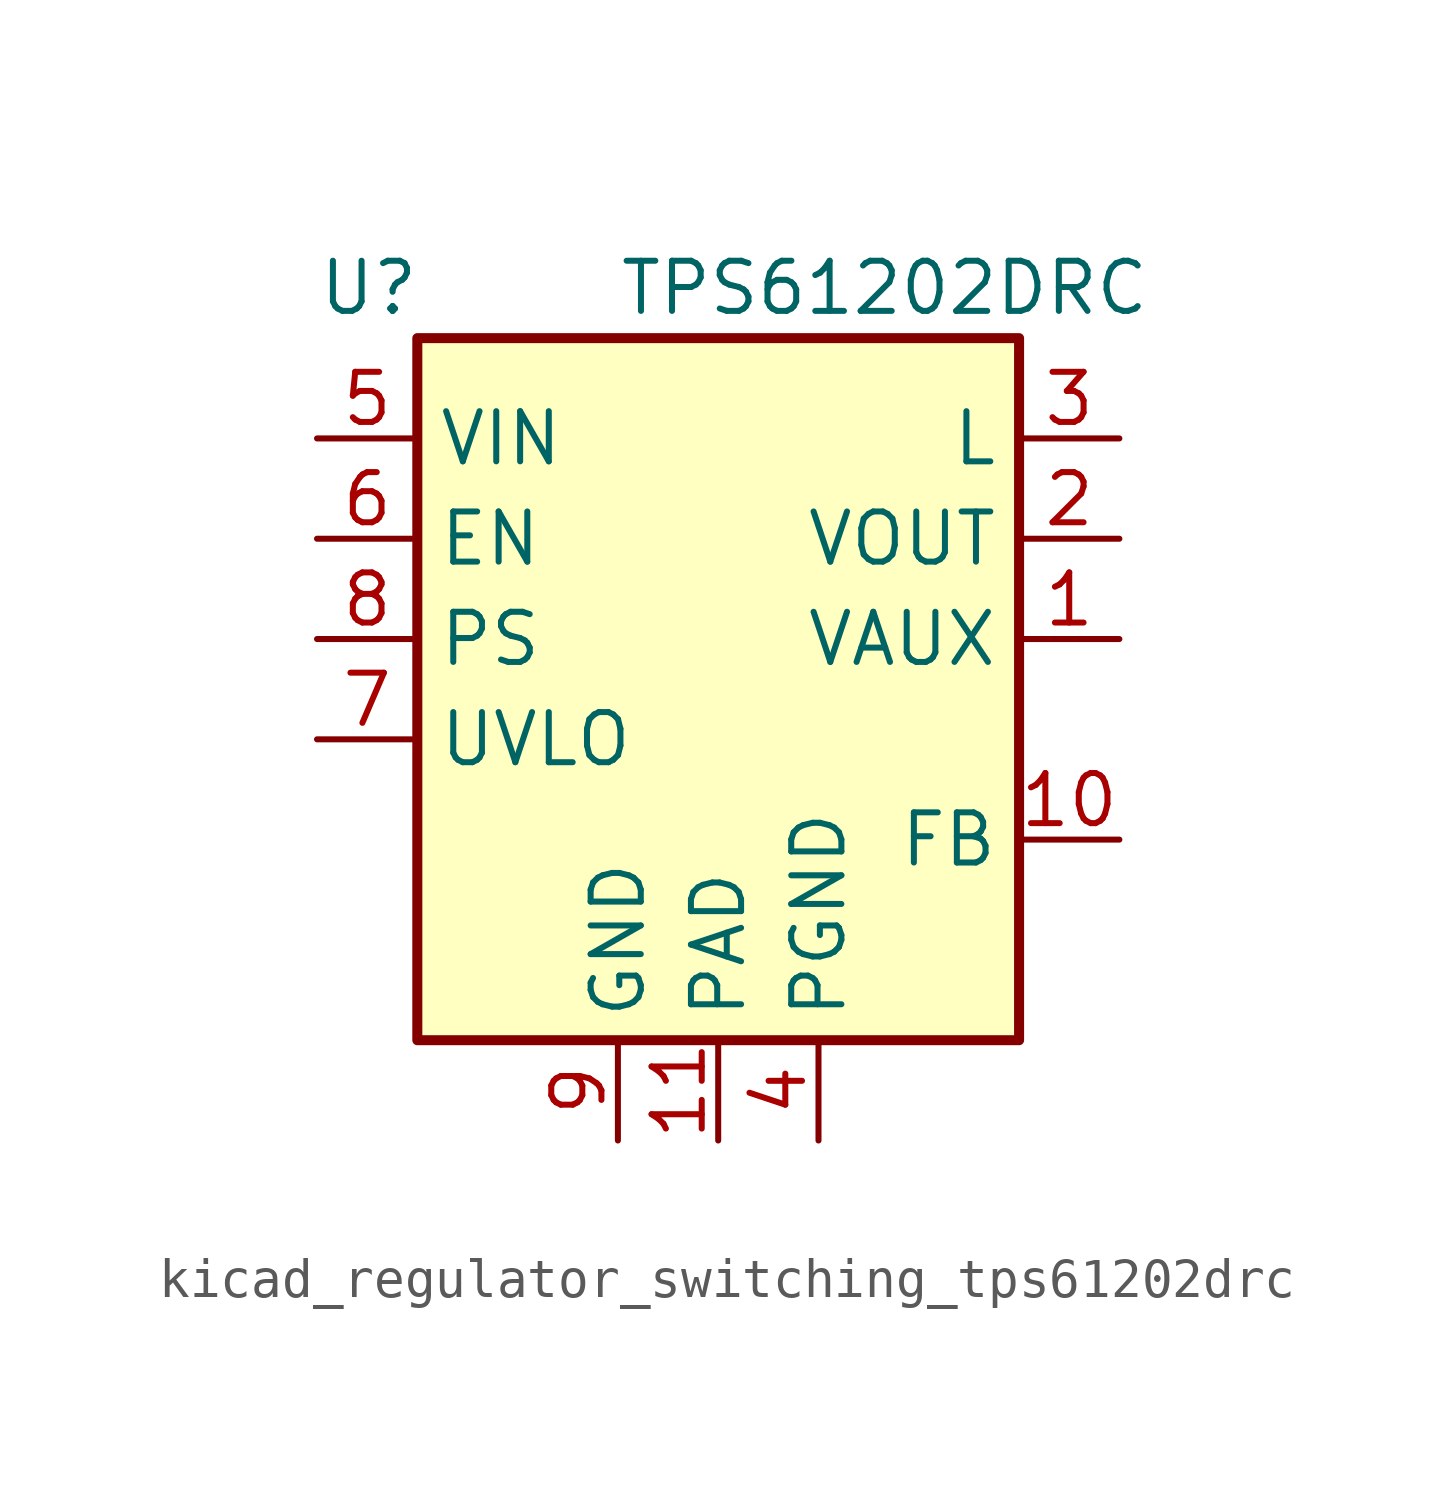
<source format=kicad_sym>
(kicad_symbol_lib
  (version 20220914)
  (generator kicad_symbol_editor)
  (symbol "kicad_regulator_switching_tps61202drc"
    (property "Reference" "U"
      (at -10.16 8.89 0)
      (effects (font (size 1.27 1.27)) (justify left)))
    (property "Value" "TPS61202DRC"
      (at -2.54 8.89 0)
      (effects (font (size 1.27 1.27)) (justify left)))
    (symbol "kicad_regulator_switching_tps61202drc_0_1"
      (rectangle (start -7.62 7.62) (end 7.62 -10.16) (stroke (width 0.254) (type default)) (fill (type background))))
    (symbol "kicad_regulator_switching_tps61202drc_1_1"
      (pin bidirectional line (at 10.16 0 180) (length 2.54) (name "VAUX" (effects (font (size 1.27 1.27)))) (number "1" (effects (font (size 1.27 1.27)))))
      (pin input line (at 10.16 -5.08 180) (length 2.54) (name "FB" (effects (font (size 1.27 1.27)))) (number "10" (effects (font (size 1.27 1.27)))))
      (pin power_in line (at 0 -12.7 90) (length 2.54) (name "PAD" (effects (font (size 1.27 1.27)))) (number "11" (effects (font (size 1.27 1.27)))))
      (pin power_out line (at 10.16 2.54 180) (length 2.54) (name "VOUT" (effects (font (size 1.27 1.27)))) (number "2" (effects (font (size 1.27 1.27)))))
      (pin input line (at 10.16 5.08 180) (length 2.54) (name "L" (effects (font (size 1.27 1.27)))) (number "3" (effects (font (size 1.27 1.27)))))
      (pin power_in line (at 2.54 -12.7 90) (length 2.54) (name "PGND" (effects (font (size 1.27 1.27)))) (number "4" (effects (font (size 1.27 1.27)))))
      (pin power_in line (at -10.16 5.08 0) (length 2.54) (name "VIN" (effects (font (size 1.27 1.27)))) (number "5" (effects (font (size 1.27 1.27)))))
      (pin input line (at -10.16 2.54 0) (length 2.54) (name "EN" (effects (font (size 1.27 1.27)))) (number "6" (effects (font (size 1.27 1.27)))))
      (pin input line (at -10.16 -2.54 0) (length 2.54) (name "UVLO" (effects (font (size 1.27 1.27)))) (number "7" (effects (font (size 1.27 1.27)))))
      (pin input line (at -10.16 0 0) (length 2.54) (name "PS" (effects (font (size 1.27 1.27)))) (number "8" (effects (font (size 1.27 1.27)))))
      (pin power_in line (at -2.54 -12.7 90) (length 2.54) (name "GND" (effects (font (size 1.27 1.27)))) (number "9" (effects (font (size 1.27 1.27))))))))
</source>
